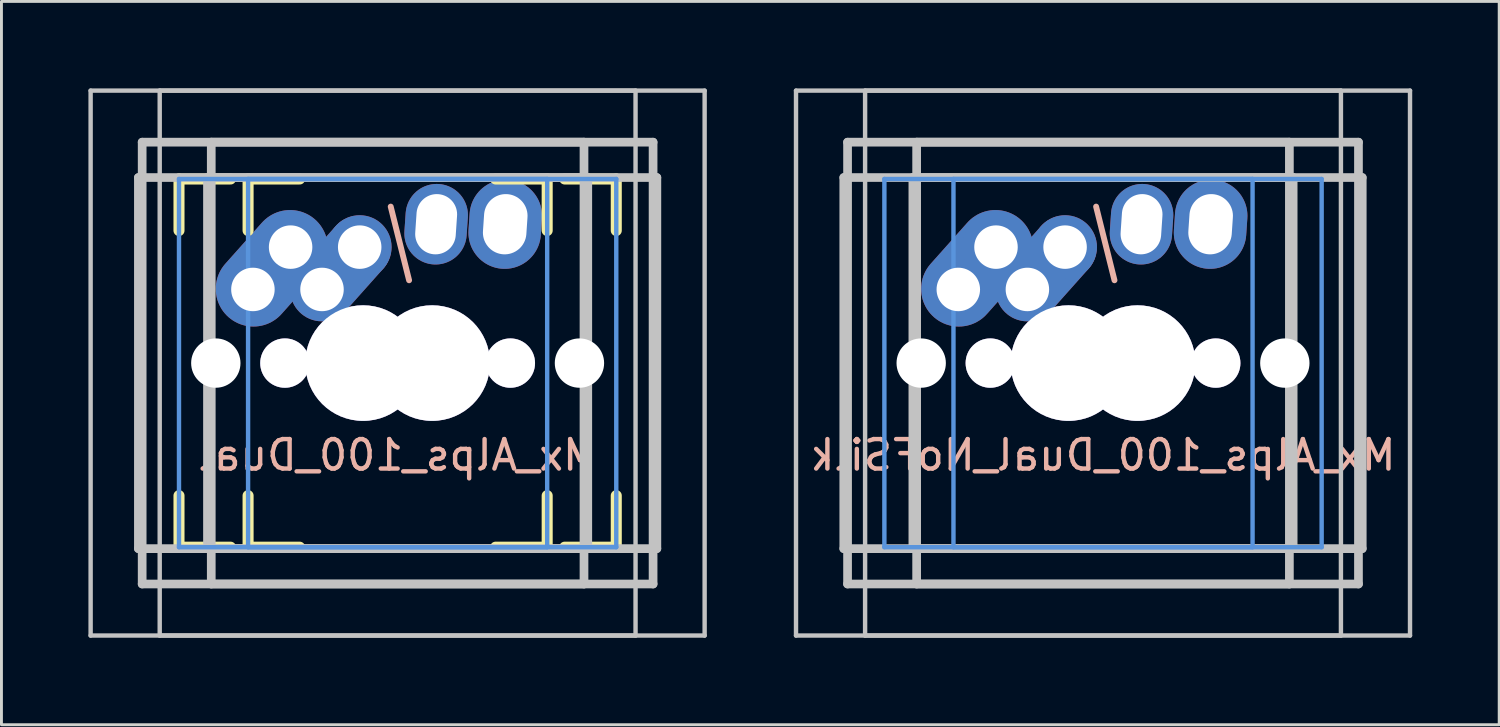
<source format=kicad_pcb>
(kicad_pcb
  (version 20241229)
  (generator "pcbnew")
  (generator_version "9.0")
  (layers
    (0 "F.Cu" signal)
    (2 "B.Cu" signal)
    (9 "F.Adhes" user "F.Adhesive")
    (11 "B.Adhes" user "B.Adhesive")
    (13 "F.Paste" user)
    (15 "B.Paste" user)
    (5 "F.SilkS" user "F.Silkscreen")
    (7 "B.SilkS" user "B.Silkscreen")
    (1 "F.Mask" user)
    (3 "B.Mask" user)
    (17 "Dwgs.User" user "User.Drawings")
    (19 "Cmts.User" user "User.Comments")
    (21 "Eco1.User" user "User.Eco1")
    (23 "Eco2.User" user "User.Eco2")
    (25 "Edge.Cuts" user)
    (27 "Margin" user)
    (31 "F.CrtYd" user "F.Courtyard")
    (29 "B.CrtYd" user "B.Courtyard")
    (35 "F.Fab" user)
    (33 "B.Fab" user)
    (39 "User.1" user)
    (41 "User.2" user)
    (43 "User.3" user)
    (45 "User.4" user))
  (footprint "Mx_Alps_100_Dual_NoFSilk"
    (layer "F.Cu")
    (at 33.805 9.474)
    (property "Reference" "Mx_Alps_100_Dual_NoFSilk" (at 1.191 3.175 0) (layer "B.SilkS") (effects (font (size 1.016 1.016) (thickness 0.152)) (justify mirror)))
    (attr through_hole)
    (fp_line (start 0.953 -5.397) (end 1.587 -2.857) (stroke (width 0.203) (type solid)) (layer "B.SilkS"))
    (fp_line (start -9.398 -9.398) (end 9.398 -9.398) (stroke (width 0.152) (type solid)) (layer "Dwgs.User"))
    (fp_line (start -9.398 9.398) (end -9.398 -9.398) (stroke (width 0.152) (type solid)) (layer "Dwgs.User"))
    (fp_line (start -7.75 6.4) (end -7.75 -6.4) (stroke (width 0.3) (type solid)) (layer "Dwgs.User"))
    (fp_line (start -7.75 6.4) (end 7.75 6.4) (stroke (width 0.3) (type solid)) (layer "Dwgs.User"))
    (fp_line (start -7.62 -7.62) (end 7.62 -7.62) (stroke (width 0.3) (type solid)) (layer "Dwgs.User"))
    (fp_line (start -7.62 7.62) (end -7.62 -7.62) (stroke (width 0.3) (type solid)) (layer "Dwgs.User"))
    (fp_line (start -7.015 -9.398) (end 11.781 -9.398) (stroke (width 0.152) (type solid)) (layer "Dwgs.User"))
    (fp_line (start -7.015 9.398) (end -7.015 -9.398) (stroke (width 0.152) (type solid)) (layer "Dwgs.User"))
    (fp_line (start -5.367 6.4) (end -5.367 -6.4) (stroke (width 0.3) (type solid)) (layer "Dwgs.User"))
    (fp_line (start -5.367 6.4) (end 10.133 6.4) (stroke (width 0.3) (type solid)) (layer "Dwgs.User"))
    (fp_line (start -5.237 -7.62) (end 10.003 -7.62) (stroke (width 0.3) (type solid)) (layer "Dwgs.User"))
    (fp_line (start -5.237 7.62) (end -5.237 -7.62) (stroke (width 0.3) (type solid)) (layer "Dwgs.User"))
    (fp_line (start 7.62 -7.62) (end 7.62 7.62) (stroke (width 0.3) (type solid)) (layer "Dwgs.User"))
    (fp_line (start 7.62 7.62) (end -7.62 7.62) (stroke (width 0.3) (type solid)) (layer "Dwgs.User"))
    (fp_line (start 7.75 -6.4) (end -7.75 -6.4) (stroke (width 0.3) (type solid)) (layer "Dwgs.User"))
    (fp_line (start 7.75 6.4) (end 7.75 -6.4) (stroke (width 0.3) (type solid)) (layer "Dwgs.User"))
    (fp_line (start 9.398 -9.398) (end 9.398 9.398) (stroke (width 0.152) (type solid)) (layer "Dwgs.User"))
    (fp_line (start 9.398 9.398) (end -9.398 9.398) (stroke (width 0.152) (type solid)) (layer "Dwgs.User"))
    (fp_line (start 10.003 -7.62) (end 10.003 7.62) (stroke (width 0.3) (type solid)) (layer "Dwgs.User"))
    (fp_line (start 10.003 7.62) (end -5.237 7.62) (stroke (width 0.3) (type solid)) (layer "Dwgs.User"))
    (fp_line (start 10.133 -6.4) (end -5.367 -6.4) (stroke (width 0.3) (type solid)) (layer "Dwgs.User"))
    (fp_line (start 10.133 6.4) (end 10.133 -6.4) (stroke (width 0.3) (type solid)) (layer "Dwgs.User"))
    (fp_line (start 11.781 -9.398) (end 11.781 9.398) (stroke (width 0.152) (type solid)) (layer "Dwgs.User"))
    (fp_line (start 11.781 9.398) (end -7.015 9.398) (stroke (width 0.152) (type solid)) (layer "Dwgs.User"))
    (fp_line (start -6.35 -6.35) (end 6.35 -6.35) (stroke (width 0.152) (type solid)) (layer "Cmts.User"))
    (fp_line (start -6.35 6.35) (end -6.35 -6.35) (stroke (width 0.152) (type solid)) (layer "Cmts.User"))
    (fp_line (start -3.967 -6.35) (end 8.733 -6.35) (stroke (width 0.152) (type solid)) (layer "Cmts.User"))
    (fp_line (start -3.967 6.35) (end -3.967 -6.35) (stroke (width 0.152) (type solid)) (layer "Cmts.User"))
    (fp_line (start 6.35 -6.35) (end 6.35 6.35) (stroke (width 0.152) (type solid)) (layer "Cmts.User"))
    (fp_line (start 6.35 6.35) (end -6.35 6.35) (stroke (width 0.152) (type solid)) (layer "Cmts.User"))
    (fp_line (start 8.733 -6.35) (end 8.733 6.35) (stroke (width 0.152) (type solid)) (layer "Cmts.User"))
    (fp_line (start 8.733 6.35) (end -3.967 6.35) (stroke (width 0.152) (type solid)) (layer "Cmts.User"))
    (fp_line (start -6.985 -6.985) (end 6.985 -6.985) (stroke (width 0.152) (type solid)) (layer "Eco2.User"))
    (fp_line (start -6.985 6.985) (end -6.985 -6.985) (stroke (width 0.152) (type solid)) (layer "Eco2.User"))
    (fp_line (start -4.602 -6.985) (end 9.368 -6.985) (stroke (width 0.152) (type solid)) (layer "Eco2.User"))
    (fp_line (start -4.602 6.985) (end -4.602 -6.985) (stroke (width 0.152) (type solid)) (layer "Eco2.User"))
    (fp_line (start 6.985 -6.985) (end 6.985 6.985) (stroke (width 0.152) (type solid)) (layer "Eco2.User"))
    (fp_line (start 6.985 6.985) (end -6.985 6.985) (stroke (width 0.152) (type solid)) (layer "Eco2.User"))
    (fp_line (start 9.368 -6.985) (end 9.368 6.985) (stroke (width 0.152) (type solid)) (layer "Eco2.User"))
    (fp_line (start 9.368 6.985) (end -4.602 6.985) (stroke (width 0.152) (type solid)) (layer "Eco2.User"))
    (pad "" np_thru_hole circle (at -5.08 0) (size 1.702 1.702) (drill 1.702) (layers "*.Cu"))
    (pad "" np_thru_hole circle (at 7.463 0) (size 1.702 1.702) (drill 1.702) (layers "*.Cu"))
    (pad "1" thru_hole circle (at -3.8 -2.54) (size 2.377 2.377) (drill 1.5) (layers "*.Cu" "*.Mask"))
    (pad "1" smd oval (at -3.15 -3.27 48.3) (size 4.5 2.6) (layers "F.Cu" "F.Mask"))
    (pad "1" smd oval (at -3.15 -3.27 48.3) (size 4.5 2.6) (layers "B.Cu" "B.Mask"))
    (pad "1" thru_hole circle (at -2.697 0) (size 1.702 1.702) (drill 1.702) (layers "*.Cu" "*.Mask"))
    (pad "1" thru_hole circle (at -2.5 -4) (size 2.377 2.377) (drill 1.5) (layers "*.Cu" "*.Mask"))
    (pad "1" thru_hole circle (at -1.417 -2.54) (size 2.2 2.2) (drill 1.5) (layers "*.Cu" "*.Mask"))
    (pad "1" smd oval (at -0.767 -3.27 48.3) (size 4.1 2.2) (layers "F.Cu" "F.Mask"))
    (pad "1" smd oval (at -0.767 -3.27 48.3) (size 4.1 2.2) (layers "B.Cu" "B.Mask"))
    (pad "1" thru_hole circle (at -0.117 -4) (size 2.2 2.2) (drill 1.5) (layers "*.Cu" "*.Mask"))
    (pad "1" thru_hole circle (at 0 0) (size 3.988 3.988) (drill 3.988) (layers "*.Cu" "*.Mask"))
    (pad "1" thru_hole circle (at 2.383 0) (size 3.988 3.988) (drill 3.988) (layers "*.Cu" "*.Mask"))
    (pad "1" thru_hole circle (at 5.08 0) (size 1.702 1.702) (drill 1.702) (layers "*.Cu" "*.Mask"))
    (pad "2" thru_hole oval (at 2.52 -4.79 356.1) (size 2.15 2.78) (drill oval 1.4 2.08) (layers "*.Cu" "*.Mask"))
    (pad "2" thru_hole oval (at 4.903 -4.79 356.1) (size 2.5 3.08) (drill oval 1.5 2.08) (layers "*.Cu" "*.Mask")))
  (footprint "Mx_Alps_100_Dual"
    (layer "F.Cu")
    (at 9.474 9.474)
    (property "Reference" "Mx_Alps_100_Dual" (at 1.191 3.175 0) (layer "B.SilkS") (effects (font (size 1.016 1.016) (thickness 0.152)) (justify mirror)))
    (attr through_hole)
    (fp_line (start -6.35 -6.35) (end -4.572 -6.35) (stroke (width 0.381) (type solid)) (layer "F.SilkS"))
    (fp_line (start -6.35 -4.572) (end -6.35 -6.35) (stroke (width 0.381) (type solid)) (layer "F.SilkS"))
    (fp_line (start -6.35 6.35) (end -6.35 4.572) (stroke (width 0.381) (type solid)) (layer "F.SilkS"))
    (fp_line (start -4.572 6.35) (end -6.35 6.35) (stroke (width 0.381) (type solid)) (layer "F.SilkS"))
    (fp_line (start -3.967 -6.35) (end -2.189 -6.35) (stroke (width 0.381) (type solid)) (layer "F.SilkS"))
    (fp_line (start -3.967 -4.572) (end -3.967 -6.35) (stroke (width 0.381) (type solid)) (layer "F.SilkS"))
    (fp_line (start -3.967 6.35) (end -3.967 4.572) (stroke (width 0.381) (type solid)) (layer "F.SilkS"))
    (fp_line (start -2.189 6.35) (end -3.967 6.35) (stroke (width 0.381) (type solid)) (layer "F.SilkS"))
    (fp_line (start 4.572 -6.35) (end 6.35 -6.35) (stroke (width 0.381) (type solid)) (layer "F.SilkS"))
    (fp_line (start 6.35 -6.35) (end 6.35 -4.572) (stroke (width 0.381) (type solid)) (layer "F.SilkS"))
    (fp_line (start 6.35 4.572) (end 6.35 6.35) (stroke (width 0.381) (type solid)) (layer "F.SilkS"))
    (fp_line (start 6.35 6.35) (end 4.572 6.35) (stroke (width 0.381) (type solid)) (layer "F.SilkS"))
    (fp_line (start 6.955 -6.35) (end 8.733 -6.35) (stroke (width 0.381) (type solid)) (layer "F.SilkS"))
    (fp_line (start 8.733 -6.35) (end 8.733 -4.572) (stroke (width 0.381) (type solid)) (layer "F.SilkS"))
    (fp_line (start 8.733 4.572) (end 8.733 6.35) (stroke (width 0.381) (type solid)) (layer "F.SilkS"))
    (fp_line (start 8.733 6.35) (end 6.955 6.35) (stroke (width 0.381) (type solid)) (layer "F.SilkS"))
    (fp_line (start 0.953 -5.397) (end 1.587 -2.857) (stroke (width 0.203) (type solid)) (layer "B.SilkS"))
    (fp_line (start -9.398 -9.398) (end 9.398 -9.398) (stroke (width 0.152) (type solid)) (layer "Dwgs.User"))
    (fp_line (start -9.398 9.398) (end -9.398 -9.398) (stroke (width 0.152) (type solid)) (layer "Dwgs.User"))
    (fp_line (start -7.75 6.4) (end -7.75 -6.4) (stroke (width 0.3) (type solid)) (layer "Dwgs.User"))
    (fp_line (start -7.75 6.4) (end 7.75 6.4) (stroke (width 0.3) (type solid)) (layer "Dwgs.User"))
    (fp_line (start -7.62 -7.62) (end 7.62 -7.62) (stroke (width 0.3) (type solid)) (layer "Dwgs.User"))
    (fp_line (start -7.62 7.62) (end -7.62 -7.62) (stroke (width 0.3) (type solid)) (layer "Dwgs.User"))
    (fp_line (start -7.015 -9.398) (end 11.781 -9.398) (stroke (width 0.152) (type solid)) (layer "Dwgs.User"))
    (fp_line (start -7.015 9.398) (end -7.015 -9.398) (stroke (width 0.152) (type solid)) (layer "Dwgs.User"))
    (fp_line (start -5.367 6.4) (end -5.367 -6.4) (stroke (width 0.3) (type solid)) (layer "Dwgs.User"))
    (fp_line (start -5.367 6.4) (end 10.133 6.4) (stroke (width 0.3) (type solid)) (layer "Dwgs.User"))
    (fp_line (start -5.237 -7.62) (end 10.003 -7.62) (stroke (width 0.3) (type solid)) (layer "Dwgs.User"))
    (fp_line (start -5.237 7.62) (end -5.237 -7.62) (stroke (width 0.3) (type solid)) (layer "Dwgs.User"))
    (fp_line (start 7.62 -7.62) (end 7.62 7.62) (stroke (width 0.3) (type solid)) (layer "Dwgs.User"))
    (fp_line (start 7.62 7.62) (end -7.62 7.62) (stroke (width 0.3) (type solid)) (layer "Dwgs.User"))
    (fp_line (start 7.75 -6.4) (end -7.75 -6.4) (stroke (width 0.3) (type solid)) (layer "Dwgs.User"))
    (fp_line (start 7.75 6.4) (end 7.75 -6.4) (stroke (width 0.3) (type solid)) (layer "Dwgs.User"))
    (fp_line (start 9.398 -9.398) (end 9.398 9.398) (stroke (width 0.152) (type solid)) (layer "Dwgs.User"))
    (fp_line (start 9.398 9.398) (end -9.398 9.398) (stroke (width 0.152) (type solid)) (layer "Dwgs.User"))
    (fp_line (start 10.003 -7.62) (end 10.003 7.62) (stroke (width 0.3) (type solid)) (layer "Dwgs.User"))
    (fp_line (start 10.003 7.62) (end -5.237 7.62) (stroke (width 0.3) (type solid)) (layer "Dwgs.User"))
    (fp_line (start 10.133 -6.4) (end -5.367 -6.4) (stroke (width 0.3) (type solid)) (layer "Dwgs.User"))
    (fp_line (start 10.133 6.4) (end 10.133 -6.4) (stroke (width 0.3) (type solid)) (layer "Dwgs.User"))
    (fp_line (start 11.781 -9.398) (end 11.781 9.398) (stroke (width 0.152) (type solid)) (layer "Dwgs.User"))
    (fp_line (start 11.781 9.398) (end -7.015 9.398) (stroke (width 0.152) (type solid)) (layer "Dwgs.User"))
    (fp_line (start -6.35 -6.35) (end 6.35 -6.35) (stroke (width 0.152) (type solid)) (layer "Cmts.User"))
    (fp_line (start -6.35 6.35) (end -6.35 -6.35) (stroke (width 0.152) (type solid)) (layer "Cmts.User"))
    (fp_line (start -3.967 -6.35) (end 8.733 -6.35) (stroke (width 0.152) (type solid)) (layer "Cmts.User"))
    (fp_line (start -3.967 6.35) (end -3.967 -6.35) (stroke (width 0.152) (type solid)) (layer "Cmts.User"))
    (fp_line (start 6.35 -6.35) (end 6.35 6.35) (stroke (width 0.152) (type solid)) (layer "Cmts.User"))
    (fp_line (start 6.35 6.35) (end -6.35 6.35) (stroke (width 0.152) (type solid)) (layer "Cmts.User"))
    (fp_line (start 8.733 -6.35) (end 8.733 6.35) (stroke (width 0.152) (type solid)) (layer "Cmts.User"))
    (fp_line (start 8.733 6.35) (end -3.967 6.35) (stroke (width 0.152) (type solid)) (layer "Cmts.User"))
    (fp_line (start -6.985 -6.985) (end 6.985 -6.985) (stroke (width 0.152) (type solid)) (layer "Eco2.User"))
    (fp_line (start -6.985 6.985) (end -6.985 -6.985) (stroke (width 0.152) (type solid)) (layer "Eco2.User"))
    (fp_line (start -4.602 -6.985) (end 9.368 -6.985) (stroke (width 0.152) (type solid)) (layer "Eco2.User"))
    (fp_line (start -4.602 6.985) (end -4.602 -6.985) (stroke (width 0.152) (type solid)) (layer "Eco2.User"))
    (fp_line (start 6.985 -6.985) (end 6.985 6.985) (stroke (width 0.152) (type solid)) (layer "Eco2.User"))
    (fp_line (start 6.985 6.985) (end -6.985 6.985) (stroke (width 0.152) (type solid)) (layer "Eco2.User"))
    (fp_line (start 9.368 -6.985) (end 9.368 6.985) (stroke (width 0.152) (type solid)) (layer "Eco2.User"))
    (fp_line (start 9.368 6.985) (end -4.602 6.985) (stroke (width 0.152) (type solid)) (layer "Eco2.User"))
    (pad "" np_thru_hole circle (at -5.08 0) (size 1.702 1.702) (drill 1.702) (layers "*.Cu"))
    (pad "" np_thru_hole circle (at 7.463 0) (size 1.702 1.702) (drill 1.702) (layers "*.Cu"))
    (pad "1" thru_hole circle (at -3.8 -2.54) (size 2.377 2.377) (drill 1.5) (layers "*.Cu" "*.Mask"))
    (pad "1" smd oval (at -3.15 -3.27 48.3) (size 4.5 2.6) (layers "F.Cu" "F.Mask"))
    (pad "1" smd oval (at -3.15 -3.27 48.3) (size 4.5 2.6) (layers "B.Cu" "B.Mask"))
    (pad "1" thru_hole circle (at -2.697 0) (size 1.702 1.702) (drill 1.702) (layers "*.Cu" "*.Mask"))
    (pad "1" thru_hole circle (at -2.5 -4) (size 2.377 2.377) (drill 1.5) (layers "*.Cu" "*.Mask"))
    (pad "1" thru_hole circle (at -1.417 -2.54) (size 2.2 2.2) (drill 1.5) (layers "*.Cu" "*.Mask"))
    (pad "1" smd oval (at -0.767 -3.27 48.3) (size 4.1 2.2) (layers "F.Cu" "F.Mask"))
    (pad "1" smd oval (at -0.767 -3.27 48.3) (size 4.1 2.2) (layers "B.Cu" "B.Mask"))
    (pad "1" thru_hole circle (at -0.117 -4) (size 2.2 2.2) (drill 1.5) (layers "*.Cu" "*.Mask"))
    (pad "1" thru_hole circle (at 0 0) (size 3.988 3.988) (drill 3.988) (layers "*.Cu" "*.Mask"))
    (pad "1" thru_hole circle (at 2.383 0) (size 3.988 3.988) (drill 3.988) (layers "*.Cu" "*.Mask"))
    (pad "1" thru_hole circle (at 5.08 0) (size 1.702 1.702) (drill 1.702) (layers "*.Cu" "*.Mask"))
    (pad "2" thru_hole oval (at 2.52 -4.79 356.1) (size 2.15 2.78) (drill oval 1.4 2.08) (layers "*.Cu" "*.Mask"))
    (pad "2" thru_hole oval (at 4.903 -4.79 356.1) (size 2.5 3.08) (drill oval 1.5 2.08) (layers "*.Cu" "*.Mask")))
  (gr_rect
    (start -3 -3)
    (end 48.662 21.948)
    (stroke (width 0.1) (type default))
    (fill no)
    (layer "Edge.Cuts")))
</source>
